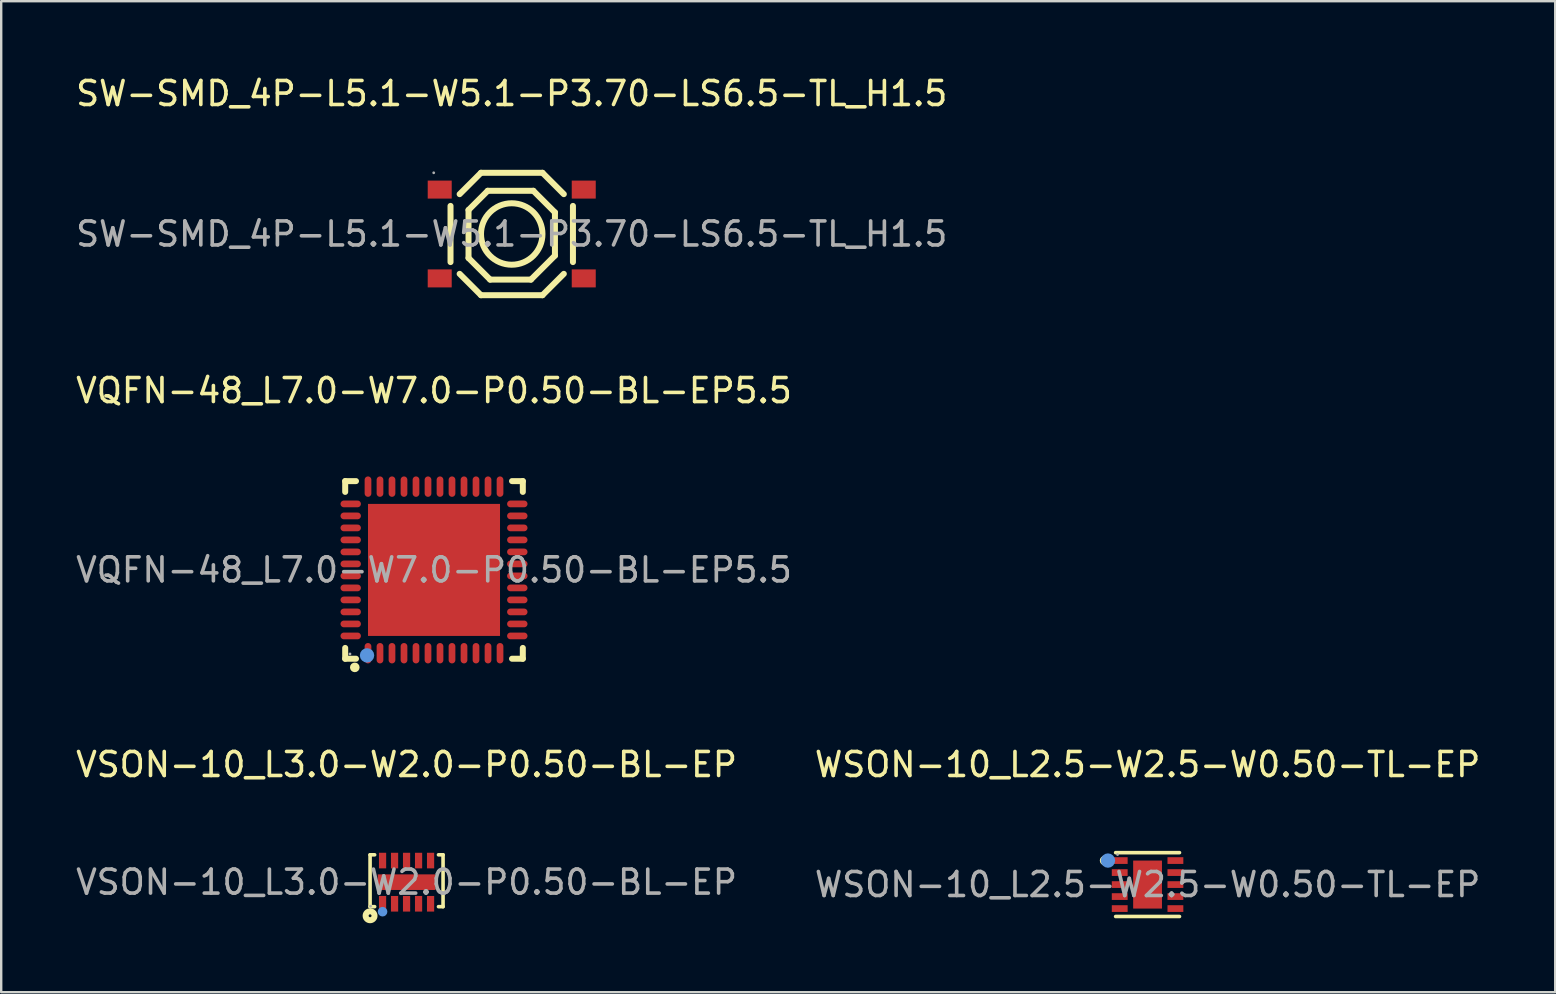
<source format=kicad_pcb>
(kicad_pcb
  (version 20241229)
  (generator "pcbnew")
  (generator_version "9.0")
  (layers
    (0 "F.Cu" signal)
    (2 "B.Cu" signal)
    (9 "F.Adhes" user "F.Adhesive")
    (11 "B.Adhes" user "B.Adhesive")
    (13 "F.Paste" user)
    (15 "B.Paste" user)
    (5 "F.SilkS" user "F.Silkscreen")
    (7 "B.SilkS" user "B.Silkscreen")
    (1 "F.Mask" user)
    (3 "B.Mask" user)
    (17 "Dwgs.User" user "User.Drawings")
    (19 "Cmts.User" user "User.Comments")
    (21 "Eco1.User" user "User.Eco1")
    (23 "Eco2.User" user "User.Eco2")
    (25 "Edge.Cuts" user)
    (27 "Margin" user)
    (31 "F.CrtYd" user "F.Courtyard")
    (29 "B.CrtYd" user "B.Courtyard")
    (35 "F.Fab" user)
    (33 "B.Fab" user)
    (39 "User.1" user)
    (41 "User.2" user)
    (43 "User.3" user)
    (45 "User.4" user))
  (footprint "WSON-10_L2.5-W2.5-W0.50-TL-EP"
    (layer "F.Cu")
    (at 44.756 33.8)
    (property "Reference" "WSON-10_L2.5-W2.5-W0.50-TL-EP" (at 0 -5 0) (layer "F.SilkS") (effects (font (size 1 1) (thickness 0.15))))
    (attr smd)
    (fp_line (start -1.33 -1.33) (end 1.33 -1.33) (stroke (width 0.15) (type solid)) (layer "F.SilkS"))
    (fp_line (start 1.33 1.33) (end -1.33 1.33) (stroke (width 0.15) (type solid)) (layer "F.SilkS"))
    (fp_circle (center -1.79 -1) (end -1.69 -1) (stroke (width 0.2) (type solid)) (fill no) (layer "F.SilkS"))
    (fp_circle (center -1.65 -1) (end -1.5 -1) (stroke (width 0.3) (type solid)) (fill no) (layer "Cmts.User"))
    (fp_circle (center -1.25 -1.25) (end -1.22 -1.25) (stroke (width 0.06) (type solid)) (fill no) (layer "F.Fab"))
    (fp_text user "${REFERENCE}" (at 0 0 0) (layer "F.Fab") (effects (font (size 1 1) (thickness 0.15))))
    (pad "1" smd rect (at -1.16 -1 270) (size 0.28 0.66) (layers "F.Cu" "F.Mask" "F.Paste"))
    (pad "2" smd rect (at -1.16 -0.5 270) (size 0.28 0.66) (layers "F.Cu" "F.Mask" "F.Paste"))
    (pad "3" smd rect (at -1.16 0 270) (size 0.28 0.66) (layers "F.Cu" "F.Mask" "F.Paste"))
    (pad "4" smd rect (at -1.16 0.5 270) (size 0.28 0.66) (layers "F.Cu" "F.Mask" "F.Paste"))
    (pad "5" smd rect (at -1.16 1 270) (size 0.28 0.66) (layers "F.Cu" "F.Mask" "F.Paste"))
    (pad "6" smd rect (at 1.16 1 270) (size 0.28 0.66) (layers "F.Cu" "F.Mask" "F.Paste"))
    (pad "7" smd rect (at 1.16 0.5 270) (size 0.28 0.66) (layers "F.Cu" "F.Mask" "F.Paste"))
    (pad "8" smd rect (at 1.16 0 270) (size 0.28 0.66) (layers "F.Cu" "F.Mask" "F.Paste"))
    (pad "9" smd rect (at 1.16 -0.5 270) (size 0.28 0.66) (layers "F.Cu" "F.Mask" "F.Paste"))
    (pad "10" smd rect (at 1.16 -1 270) (size 0.28 0.66) (layers "F.Cu" "F.Mask" "F.Paste"))
    (pad "11" smd rect (at 0 0 270) (size 2 1.2) (layers "F.Cu" "F.Mask" "F.Paste")))
  (footprint "VQFN-48_L7.0-W7.0-P0.50-BL-EP5.5"
    (layer "F.Cu")
    (at 15.03 20.692)
    (property "Reference" "VQFN-48_L7.0-W7.0-P0.50-BL-EP5.5" (at 0 -7.47 0) (layer "F.SilkS") (effects (font (size 1 1) (thickness 0.15))))
    (attr smd)
    (fp_line (start -3.7 -3.7) (end -3.25 -3.7) (stroke (width 0.25) (type solid)) (layer "F.SilkS"))
    (fp_line (start -3.7 -3.25) (end -3.7 -3.7) (stroke (width 0.25) (type solid)) (layer "F.SilkS"))
    (fp_line (start -3.7 3.7) (end -3.7 3.25) (stroke (width 0.25) (type solid)) (layer "F.SilkS"))
    (fp_line (start -3.25 3.7) (end -3.7 3.7) (stroke (width 0.25) (type solid)) (layer "F.SilkS"))
    (fp_line (start 3.25 3.7) (end 3.7 3.7) (stroke (width 0.25) (type solid)) (layer "F.SilkS"))
    (fp_line (start 3.7 -3.7) (end 3.25 -3.7) (stroke (width 0.25) (type solid)) (layer "F.SilkS"))
    (fp_line (start 3.7 -3.25) (end 3.7 -3.7) (stroke (width 0.25) (type solid)) (layer "F.SilkS"))
    (fp_line (start 3.7 3.7) (end 3.7 3.25) (stroke (width 0.25) (type solid)) (layer "F.SilkS"))
    (fp_circle (center -3.3 4.06) (end -3.2 4.06) (stroke (width 0.2) (type solid)) (fill no) (layer "F.SilkS"))
    (fp_circle (center -2.79 3.56) (end -2.64 3.56) (stroke (width 0.3) (type solid)) (fill no) (layer "Cmts.User"))
    (fp_circle (center -3.5 3.5) (end -3.47 3.5) (stroke (width 0.06) (type solid)) (fill no) (layer "F.Fab"))
    (fp_text user "${REFERENCE}" (at 0 0 0) (layer "F.Fab") (effects (font (size 1 1) (thickness 0.15))))
    (pad "1" smd oval (at -2.75 3.47) (size 0.28 0.85) (layers "F.Cu" "F.Mask" "F.Paste"))
    (pad "2" smd oval (at -2.25 3.47) (size 0.28 0.85) (layers "F.Cu" "F.Mask" "F.Paste"))
    (pad "3" smd oval (at -1.75 3.47) (size 0.28 0.85) (layers "F.Cu" "F.Mask" "F.Paste"))
    (pad "4" smd oval (at -1.25 3.47) (size 0.28 0.85) (layers "F.Cu" "F.Mask" "F.Paste"))
    (pad "5" smd oval (at -0.75 3.47) (size 0.28 0.85) (layers "F.Cu" "F.Mask" "F.Paste"))
    (pad "6" smd oval (at -0.25 3.47) (size 0.28 0.85) (layers "F.Cu" "F.Mask" "F.Paste"))
    (pad "7" smd oval (at 0.25 3.47) (size 0.28 0.85) (layers "F.Cu" "F.Mask" "F.Paste"))
    (pad "8" smd oval (at 0.75 3.47) (size 0.28 0.85) (layers "F.Cu" "F.Mask" "F.Paste"))
    (pad "9" smd oval (at 1.25 3.47) (size 0.28 0.85) (layers "F.Cu" "F.Mask" "F.Paste"))
    (pad "10" smd oval (at 1.75 3.47) (size 0.28 0.85) (layers "F.Cu" "F.Mask" "F.Paste"))
    (pad "11" smd oval (at 2.25 3.47) (size 0.28 0.85) (layers "F.Cu" "F.Mask" "F.Paste"))
    (pad "12" smd oval (at 2.75 3.47) (size 0.28 0.85) (layers "F.Cu" "F.Mask" "F.Paste"))
    (pad "13" smd oval (at 3.47 2.75) (size 0.85 0.28) (layers "F.Cu" "F.Mask" "F.Paste"))
    (pad "14" smd oval (at 3.47 2.25) (size 0.85 0.28) (layers "F.Cu" "F.Mask" "F.Paste"))
    (pad "15" smd oval (at 3.47 1.75) (size 0.85 0.28) (layers "F.Cu" "F.Mask" "F.Paste"))
    (pad "16" smd oval (at 3.47 1.25) (size 0.85 0.28) (layers "F.Cu" "F.Mask" "F.Paste"))
    (pad "17" smd oval (at 3.47 0.75) (size 0.85 0.28) (layers "F.Cu" "F.Mask" "F.Paste"))
    (pad "18" smd oval (at 3.47 0.25) (size 0.85 0.28) (layers "F.Cu" "F.Mask" "F.Paste"))
    (pad "19" smd oval (at 3.47 -0.25) (size 0.85 0.28) (layers "F.Cu" "F.Mask" "F.Paste"))
    (pad "20" smd oval (at 3.47 -0.75) (size 0.85 0.28) (layers "F.Cu" "F.Mask" "F.Paste"))
    (pad "21" smd oval (at 3.47 -1.25) (size 0.85 0.28) (layers "F.Cu" "F.Mask" "F.Paste"))
    (pad "22" smd oval (at 3.47 -1.75) (size 0.85 0.28) (layers "F.Cu" "F.Mask" "F.Paste"))
    (pad "23" smd oval (at 3.47 -2.25) (size 0.85 0.28) (layers "F.Cu" "F.Mask" "F.Paste"))
    (pad "24" smd oval (at 3.47 -2.75) (size 0.85 0.28) (layers "F.Cu" "F.Mask" "F.Paste"))
    (pad "25" smd oval (at 2.75 -3.47) (size 0.28 0.85) (layers "F.Cu" "F.Mask" "F.Paste"))
    (pad "26" smd oval (at 2.25 -3.47) (size 0.28 0.85) (layers "F.Cu" "F.Mask" "F.Paste"))
    (pad "27" smd oval (at 1.75 -3.47) (size 0.28 0.85) (layers "F.Cu" "F.Mask" "F.Paste"))
    (pad "28" smd oval (at 1.25 -3.47) (size 0.28 0.85) (layers "F.Cu" "F.Mask" "F.Paste"))
    (pad "29" smd oval (at 0.75 -3.47) (size 0.28 0.85) (layers "F.Cu" "F.Mask" "F.Paste"))
    (pad "30" smd oval (at 0.25 -3.47) (size 0.28 0.85) (layers "F.Cu" "F.Mask" "F.Paste"))
    (pad "31" smd oval (at -0.25 -3.47) (size 0.28 0.85) (layers "F.Cu" "F.Mask" "F.Paste"))
    (pad "32" smd oval (at -0.75 -3.47) (size 0.28 0.85) (layers "F.Cu" "F.Mask" "F.Paste"))
    (pad "33" smd oval (at -1.25 -3.47) (size 0.28 0.85) (layers "F.Cu" "F.Mask" "F.Paste"))
    (pad "34" smd oval (at -1.75 -3.47) (size 0.28 0.85) (layers "F.Cu" "F.Mask" "F.Paste"))
    (pad "35" smd oval (at -2.25 -3.47) (size 0.28 0.85) (layers "F.Cu" "F.Mask" "F.Paste"))
    (pad "36" smd oval (at -2.75 -3.47) (size 0.28 0.85) (layers "F.Cu" "F.Mask" "F.Paste"))
    (pad "37" smd oval (at -3.47 -2.75) (size 0.85 0.28) (layers "F.Cu" "F.Mask" "F.Paste"))
    (pad "38" smd oval (at -3.47 -2.25) (size 0.85 0.28) (layers "F.Cu" "F.Mask" "F.Paste"))
    (pad "39" smd oval (at -3.47 -1.75) (size 0.85 0.28) (layers "F.Cu" "F.Mask" "F.Paste"))
    (pad "40" smd oval (at -3.47 -1.25) (size 0.85 0.28) (layers "F.Cu" "F.Mask" "F.Paste"))
    (pad "41" smd oval (at -3.47 -0.75) (size 0.85 0.28) (layers "F.Cu" "F.Mask" "F.Paste"))
    (pad "42" smd oval (at -3.47 -0.25) (size 0.85 0.28) (layers "F.Cu" "F.Mask" "F.Paste"))
    (pad "43" smd oval (at -3.47 0.25) (size 0.85 0.28) (layers "F.Cu" "F.Mask" "F.Paste"))
    (pad "44" smd oval (at -3.47 0.75) (size 0.85 0.28) (layers "F.Cu" "F.Mask" "F.Paste"))
    (pad "45" smd oval (at -3.47 1.25) (size 0.85 0.28) (layers "F.Cu" "F.Mask" "F.Paste"))
    (pad "46" smd oval (at -3.47 1.75) (size 0.85 0.28) (layers "F.Cu" "F.Mask" "F.Paste"))
    (pad "47" smd oval (at -3.47 2.25) (size 0.85 0.28) (layers "F.Cu" "F.Mask" "F.Paste"))
    (pad "48" smd oval (at -3.47 2.75) (size 0.85 0.28) (layers "F.Cu" "F.Mask" "F.Paste"))
    (pad "49" smd rect (at 0 0) (size 5.5 5.5) (layers "F.Cu" "F.Mask" "F.Paste")))
  (footprint "SW-SMD_4P-L5.1-W5.1-P3.70-LS6.5-TL_H1.5"
    (layer "F.Cu")
    (at 18.268 6.698)
    (property "Reference" "SW-SMD_4P-L5.1-W5.1-P3.70-LS6.5-TL_H1.5" (at 0 -5.85 0) (layer "F.SilkS") (effects (font (size 1 1) (thickness 0.15))))
    (attr smd)
    (fp_line (start -2.55 -1.17) (end -2.55 1.17) (stroke (width 0.25) (type solid)) (layer "F.SilkS"))
    (fp_line (start -2.17 1.66) (end -1.28 2.55) (stroke (width 0.25) (type solid)) (layer "F.SilkS"))
    (fp_line (start -1.8 -1) (end -1 -1.8) (stroke (width 0.25) (type solid)) (layer "F.SilkS"))
    (fp_line (start -1.8 1) (end -1.8 -1) (stroke (width 0.25) (type solid)) (layer "F.SilkS"))
    (fp_line (start -1.28 -2.55) (end -2.17 -1.66) (stroke (width 0.25) (type solid)) (layer "F.SilkS"))
    (fp_line (start -1.28 -2.55) (end 1.28 -2.55) (stroke (width 0.25) (type solid)) (layer "F.SilkS"))
    (fp_line (start -1.28 2.55) (end 1.28 2.55) (stroke (width 0.25) (type solid)) (layer "F.SilkS"))
    (fp_line (start -1 -1.8) (end 0.9 -1.8) (stroke (width 0.25) (type solid)) (layer "F.SilkS"))
    (fp_line (start -0.9 1.9) (end -1.8 1) (stroke (width 0.25) (type solid)) (layer "F.SilkS"))
    (fp_line (start 0.8 1.9) (end -0.9 1.9) (stroke (width 0.25) (type solid)) (layer "F.SilkS"))
    (fp_line (start 0.9 -1.8) (end 1.8 -0.9) (stroke (width 0.25) (type solid)) (layer "F.SilkS"))
    (fp_line (start 1.28 -2.55) (end 2.17 -1.66) (stroke (width 0.25) (type solid)) (layer "F.SilkS"))
    (fp_line (start 1.8 -0.9) (end 1.8 0.9) (stroke (width 0.25) (type solid)) (layer "F.SilkS"))
    (fp_line (start 1.8 0.9) (end 0.8 1.9) (stroke (width 0.25) (type solid)) (layer "F.SilkS"))
    (fp_line (start 2.17 1.66) (end 1.28 2.55) (stroke (width 0.25) (type solid)) (layer "F.SilkS"))
    (fp_line (start 2.55 -1.17) (end 2.55 1.17) (stroke (width 0.25) (type solid)) (layer "F.SilkS"))
    (fp_circle (center 0 0) (end 1.28 0) (stroke (width 0.25) (type solid)) (fill no) (layer "F.SilkS"))
    (fp_circle (center -3.25 -2.55) (end -3.22 -2.55) (stroke (width 0.06) (type solid)) (fill no) (layer "F.Fab"))
    (fp_text user "${REFERENCE}" (at 0 0 0) (layer "F.Fab") (effects (font (size 1 1) (thickness 0.15))))
    (pad "1" smd rect (at -3 -1.85) (size 1 0.75) (layers "F.Cu" "F.Mask" "F.Paste"))
    (pad "2" smd rect (at 3 -1.85) (size 1 0.75) (layers "F.Cu" "F.Mask" "F.Paste"))
    (pad "3" smd rect (at -3 1.85) (size 1 0.75) (layers "F.Cu" "F.Mask" "F.Paste"))
    (pad "4" smd rect (at 3 1.85) (size 1 0.75) (layers "F.Cu" "F.Mask" "F.Paste")))
  (footprint "VSON-10_L3.0-W2.0-P0.50-BL-EP"
    (layer "F.Cu")
    (at 13.887 33.7)
    (property "Reference" "VSON-10_L3.0-W2.0-P0.50-BL-EP" (at 0 -4.9 0) (layer "F.SilkS") (effects (font (size 1 1) (thickness 0.15))))
    (attr smd)
    (fp_line (start -1.52 -1.14) (end -1.52 1.02) (stroke (width 0.15) (type solid)) (layer "F.SilkS"))
    (fp_line (start -1.52 1.02) (end -1.33 1.02) (stroke (width 0.15) (type solid)) (layer "F.SilkS"))
    (fp_line (start -1.33 -1.14) (end -1.52 -1.14) (stroke (width 0.15) (type solid)) (layer "F.SilkS"))
    (fp_line (start 1.33 1.02) (end 1.52 1.02) (stroke (width 0.15) (type solid)) (layer "F.SilkS"))
    (fp_line (start 1.52 -1.14) (end 1.33 -1.14) (stroke (width 0.15) (type solid)) (layer "F.SilkS"))
    (fp_line (start 1.52 1.02) (end 1.52 -1.14) (stroke (width 0.15) (type solid)) (layer "F.SilkS"))
    (fp_circle (center -1.52 1.4) (end -1.46 1.4) (stroke (width 0.25) (type solid)) (fill no) (layer "F.SilkS"))
    (fp_circle (center -1 1.23) (end -0.9 1.23) (stroke (width 0.2) (type solid)) (fill no) (layer "Cmts.User"))
    (fp_circle (center -1.5 1) (end -1.47 1) (stroke (width 0.06) (type solid)) (fill no) (layer "F.Fab"))
    (fp_text user "${REFERENCE}" (at 0 0 0) (layer "F.Fab") (effects (font (size 1 1) (thickness 0.15))))
    (pad "1" smd rect (at -1 0.9) (size 0.3 0.65) (layers "F.Cu" "F.Mask" "F.Paste"))
    (pad "2" smd rect (at -0.5 0.9) (size 0.3 0.65) (layers "F.Cu" "F.Mask" "F.Paste"))
    (pad "3" smd rect (at 0 0.9) (size 0.3 0.65) (layers "F.Cu" "F.Mask" "F.Paste"))
    (pad "4" smd rect (at 0.5 0.9) (size 0.3 0.65) (layers "F.Cu" "F.Mask" "F.Paste"))
    (pad "5" smd rect (at 1 0.9) (size 0.3 0.65) (layers "F.Cu" "F.Mask" "F.Paste"))
    (pad "6" smd rect (at 1 -0.9) (size 0.3 0.65) (layers "F.Cu" "F.Mask" "F.Paste"))
    (pad "7" smd rect (at 0.5 -0.9) (size 0.3 0.65) (layers "F.Cu" "F.Mask" "F.Paste"))
    (pad "8" smd rect (at 0 -0.9) (size 0.3 0.65) (layers "F.Cu" "F.Mask" "F.Paste"))
    (pad "9" smd rect (at -0.5 -0.9) (size 0.3 0.65) (layers "F.Cu" "F.Mask" "F.Paste"))
    (pad "10" smd rect (at -1 -0.9) (size 0.3 0.65) (layers "F.Cu" "F.Mask" "F.Paste"))
    (pad "11" smd rect (at 0 0) (size 2.4 0.65) (layers "F.Cu" "F.Mask" "F.Paste")))
  (gr_rect
    (start -3 -3)
    (end 61.738 38.285)
    (stroke (width 0.1) (type default))
    (fill no)
    (layer "Edge.Cuts")))
</source>
